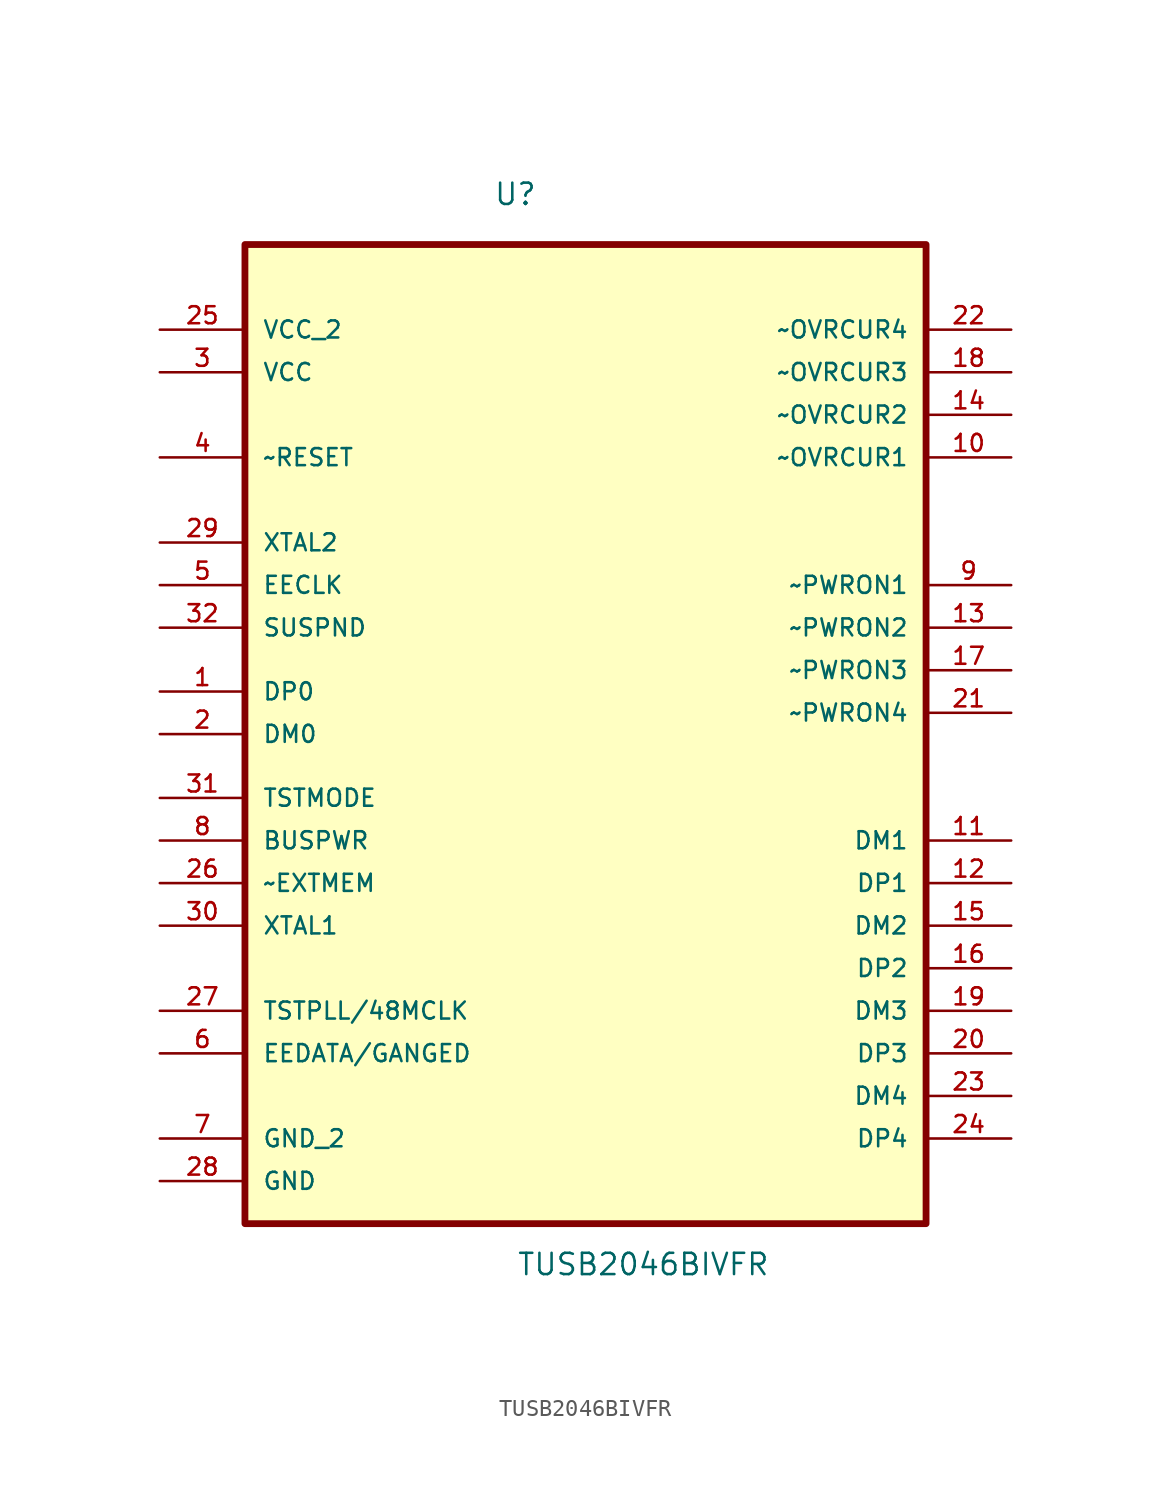
<source format=kicad_sym>
(kicad_symbol_lib
  (version 20241209)
  (generator "kicad_symbol_editor")
  (generator_version "9.0")
  (symbol "TUSB2046BIVFR"
    (pin_names
      (offset 1.016))
    (property "Reference" "U"
      (at -5.496 27.66 0)
      (effects (font (size 1.27 1.27)) (justify left bottom)))
    (property "Value" "TUSB2046BIVFR"
      (at -4.12 -36.193 0)
      (effects (font (size 1.27 1.27)) (justify left bottom)))
    (symbol "TUSB2046BIVFR_0_0"
      (rectangle (start -20.32 25.4) (end 20.32 -33.02) (stroke (width 0.406) (type default)) (fill (type background)))
      (pin power_in line (at -25.4 20.32 0) (length 5.08) (name "VCC_2" (effects (font (size 1.016 1.016)))) (number "25" (effects (font (size 1.016 1.016)))))
      (pin power_in line (at -25.4 17.78 0) (length 5.08) (name "VCC" (effects (font (size 1.016 1.016)))) (number "3" (effects (font (size 1.016 1.016)))))
      (pin input line (at -25.4 12.7 0) (length 5.08) (name "~RESET" (effects (font (size 1.016 1.016)))) (number "4" (effects (font (size 1.016 1.016)))))
      (pin output line (at -25.4 7.62 0) (length 5.08) (name "XTAL2" (effects (font (size 1.016 1.016)))) (number "29" (effects (font (size 1.016 1.016)))))
      (pin output line (at -25.4 5.08 0) (length 5.08) (name "EECLK" (effects (font (size 1.016 1.016)))) (number "5" (effects (font (size 1.016 1.016)))))
      (pin output line (at -25.4 2.54 0) (length 5.08) (name "SUSPND" (effects (font (size 1.016 1.016)))) (number "32" (effects (font (size 1.016 1.016)))))
      (pin bidirectional line (at -25.4 -1.27 0) (length 5.08) (name "DP0" (effects (font (size 1.016 1.016)))) (number "1" (effects (font (size 1.016 1.016)))))
      (pin bidirectional line (at -25.4 -3.81 0) (length 5.08) (name "DM0" (effects (font (size 1.016 1.016)))) (number "2" (effects (font (size 1.016 1.016)))))
      (pin input line (at -25.4 -7.62 0) (length 5.08) (name "TSTMODE" (effects (font (size 1.016 1.016)))) (number "31" (effects (font (size 1.016 1.016)))))
      (pin input line (at -25.4 -10.16 0) (length 5.08) (name "BUSPWR" (effects (font (size 1.016 1.016)))) (number "8" (effects (font (size 1.016 1.016)))))
      (pin input line (at -25.4 -12.7 0) (length 5.08) (name "~EXTMEM" (effects (font (size 1.016 1.016)))) (number "26" (effects (font (size 1.016 1.016)))))
      (pin input line (at -25.4 -15.24 0) (length 5.08) (name "XTAL1" (effects (font (size 1.016 1.016)))) (number "30" (effects (font (size 1.016 1.016)))))
      (pin bidirectional line (at -25.4 -20.32 0) (length 5.08) (name "TSTPLL/48MCLK" (effects (font (size 1.016 1.016)))) (number "27" (effects (font (size 1.016 1.016)))))
      (pin bidirectional line (at -25.4 -22.86 0) (length 5.08) (name "EEDATA/GANGED" (effects (font (size 1.016 1.016)))) (number "6" (effects (font (size 1.016 1.016)))))
      (pin passive line (at -25.4 -27.94 0) (length 5.08) (name "GND_2" (effects (font (size 1.016 1.016)))) (number "7" (effects (font (size 1.016 1.016)))))
      (pin passive line (at -25.4 -30.48 0) (length 5.08) (name "GND" (effects (font (size 1.016 1.016)))) (number "28" (effects (font (size 1.016 1.016)))))
      (pin input line (at 25.4 20.32 180) (length 5.08) (name "~OVRCUR4" (effects (font (size 1.016 1.016)))) (number "22" (effects (font (size 1.016 1.016)))))
      (pin input line (at 25.4 17.78 180) (length 5.08) (name "~OVRCUR3" (effects (font (size 1.016 1.016)))) (number "18" (effects (font (size 1.016 1.016)))))
      (pin input line (at 25.4 15.24 180) (length 5.08) (name "~OVRCUR2" (effects (font (size 1.016 1.016)))) (number "14" (effects (font (size 1.016 1.016)))))
      (pin input line (at 25.4 12.7 180) (length 5.08) (name "~OVRCUR1" (effects (font (size 1.016 1.016)))) (number "10" (effects (font (size 1.016 1.016)))))
      (pin output line (at 25.4 5.08 180) (length 5.08) (name "~PWRON1" (effects (font (size 1.016 1.016)))) (number "9" (effects (font (size 1.016 1.016)))))
      (pin output line (at 25.4 2.54 180) (length 5.08) (name "~PWRON2" (effects (font (size 1.016 1.016)))) (number "13" (effects (font (size 1.016 1.016)))))
      (pin output line (at 25.4 0 180) (length 5.08) (name "~PWRON3" (effects (font (size 1.016 1.016)))) (number "17" (effects (font (size 1.016 1.016)))))
      (pin output line (at 25.4 -2.54 180) (length 5.08) (name "~PWRON4" (effects (font (size 1.016 1.016)))) (number "21" (effects (font (size 1.016 1.016)))))
      (pin bidirectional line (at 25.4 -10.16 180) (length 5.08) (name "DM1" (effects (font (size 1.016 1.016)))) (number "11" (effects (font (size 1.016 1.016)))))
      (pin bidirectional line (at 25.4 -12.7 180) (length 5.08) (name "DP1" (effects (font (size 1.016 1.016)))) (number "12" (effects (font (size 1.016 1.016)))))
      (pin bidirectional line (at 25.4 -15.24 180) (length 5.08) (name "DM2" (effects (font (size 1.016 1.016)))) (number "15" (effects (font (size 1.016 1.016)))))
      (pin bidirectional line (at 25.4 -17.78 180) (length 5.08) (name "DP2" (effects (font (size 1.016 1.016)))) (number "16" (effects (font (size 1.016 1.016)))))
      (pin bidirectional line (at 25.4 -20.32 180) (length 5.08) (name "DM3" (effects (font (size 1.016 1.016)))) (number "19" (effects (font (size 1.016 1.016)))))
      (pin bidirectional line (at 25.4 -22.86 180) (length 5.08) (name "DP3" (effects (font (size 1.016 1.016)))) (number "20" (effects (font (size 1.016 1.016)))))
      (pin bidirectional line (at 25.4 -25.4 180) (length 5.08) (name "DM4" (effects (font (size 1.016 1.016)))) (number "23" (effects (font (size 1.016 1.016)))))
      (pin bidirectional line (at 25.4 -27.94 180) (length 5.08) (name "DP4" (effects (font (size 1.016 1.016)))) (number "24" (effects (font (size 1.016 1.016))))))))
</source>
